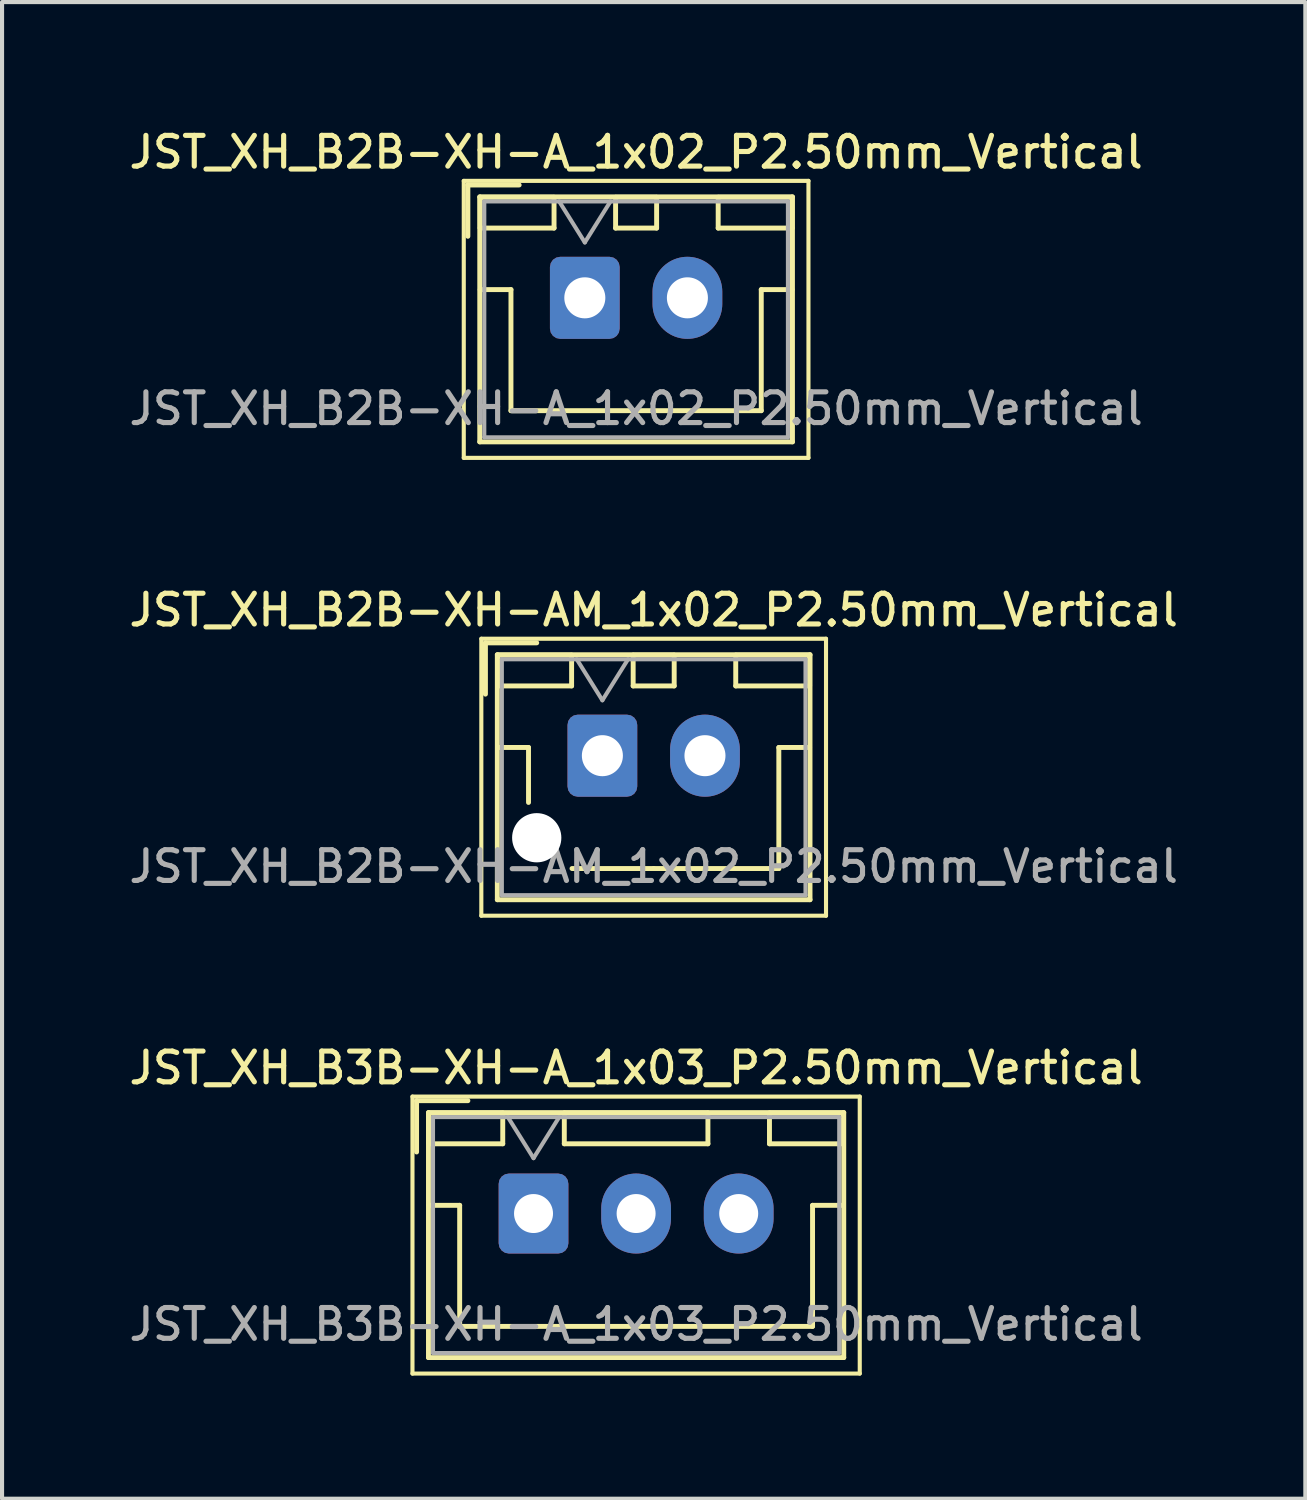
<source format=kicad_pcb>
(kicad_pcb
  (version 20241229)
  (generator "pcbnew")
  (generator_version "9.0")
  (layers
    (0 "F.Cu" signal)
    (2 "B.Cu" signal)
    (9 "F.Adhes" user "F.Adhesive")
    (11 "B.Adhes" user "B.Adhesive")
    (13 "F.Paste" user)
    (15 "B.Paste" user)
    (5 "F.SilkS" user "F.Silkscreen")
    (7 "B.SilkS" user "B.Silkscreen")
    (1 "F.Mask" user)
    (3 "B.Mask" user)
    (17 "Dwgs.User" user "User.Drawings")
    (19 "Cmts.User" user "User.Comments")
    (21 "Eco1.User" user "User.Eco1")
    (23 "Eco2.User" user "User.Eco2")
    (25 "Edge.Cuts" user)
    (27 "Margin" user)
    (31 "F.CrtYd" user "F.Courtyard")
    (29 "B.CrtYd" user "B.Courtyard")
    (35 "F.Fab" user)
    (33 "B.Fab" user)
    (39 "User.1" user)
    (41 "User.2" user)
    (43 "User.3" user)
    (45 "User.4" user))
  (footprint "JST_XH_B2B-XH-AM_1x02_P2.50mm_Vertical"
    (layer "F.Cu")
    (at 11.63 15.366)
    (property "Reference" "JST_XH_B2B-XH-AM_1x02_P2.50mm_Vertical" (at 1.25 -3.55 0) (layer "F.SilkS") (effects (font (size 0.75 0.75) (thickness 0.125))))
    (attr through_hole)
    (fp_line (start -2.95 -2.85) (end -2.95 3.9) (stroke (width 0.1) (type solid)) (layer "F.SilkS"))
    (fp_line (start -2.95 3.9) (end 5.45 3.9) (stroke (width 0.1) (type solid)) (layer "F.SilkS"))
    (fp_line (start -2.85 -2.75) (end -2.85 -1.5) (stroke (width 0.12) (type solid)) (layer "F.SilkS"))
    (fp_line (start -2.56 -2.46) (end -2.56 3.51) (stroke (width 0.12) (type solid)) (layer "F.SilkS"))
    (fp_line (start -2.56 3.51) (end 5.06 3.51) (stroke (width 0.12) (type solid)) (layer "F.SilkS"))
    (fp_line (start -2.55 -2.45) (end -2.55 -1.7) (stroke (width 0.12) (type solid)) (layer "F.SilkS"))
    (fp_line (start -2.55 -1.7) (end -0.75 -1.7) (stroke (width 0.12) (type solid)) (layer "F.SilkS"))
    (fp_line (start -2.55 -0.2) (end -1.8 -0.2) (stroke (width 0.12) (type solid)) (layer "F.SilkS"))
    (fp_line (start -1.8 -0.2) (end -1.8 1.14) (stroke (width 0.12) (type solid)) (layer "F.SilkS"))
    (fp_line (start -1.6 -2.75) (end -2.85 -2.75) (stroke (width 0.12) (type solid)) (layer "F.SilkS"))
    (fp_line (start -0.75 -2.45) (end -2.55 -2.45) (stroke (width 0.12) (type solid)) (layer "F.SilkS"))
    (fp_line (start -0.75 -1.7) (end -0.75 -2.45) (stroke (width 0.12) (type solid)) (layer "F.SilkS"))
    (fp_line (start 0.75 -2.45) (end 0.75 -1.7) (stroke (width 0.12) (type solid)) (layer "F.SilkS"))
    (fp_line (start 0.75 -1.7) (end 1.75 -1.7) (stroke (width 0.12) (type solid)) (layer "F.SilkS"))
    (fp_line (start 1.25 2.75) (end -0.74 2.75) (stroke (width 0.12) (type solid)) (layer "F.SilkS"))
    (fp_line (start 1.75 -2.45) (end 0.75 -2.45) (stroke (width 0.12) (type solid)) (layer "F.SilkS"))
    (fp_line (start 1.75 -1.7) (end 1.75 -2.45) (stroke (width 0.12) (type solid)) (layer "F.SilkS"))
    (fp_line (start 3.25 -2.45) (end 3.25 -1.7) (stroke (width 0.12) (type solid)) (layer "F.SilkS"))
    (fp_line (start 3.25 -1.7) (end 5.05 -1.7) (stroke (width 0.12) (type solid)) (layer "F.SilkS"))
    (fp_line (start 4.3 -0.2) (end 4.3 2.75) (stroke (width 0.12) (type solid)) (layer "F.SilkS"))
    (fp_line (start 4.3 2.75) (end 1.25 2.75) (stroke (width 0.12) (type solid)) (layer "F.SilkS"))
    (fp_line (start 5.05 -2.45) (end 3.25 -2.45) (stroke (width 0.12) (type solid)) (layer "F.SilkS"))
    (fp_line (start 5.05 -1.7) (end 5.05 -2.45) (stroke (width 0.12) (type solid)) (layer "F.SilkS"))
    (fp_line (start 5.05 -0.2) (end 4.3 -0.2) (stroke (width 0.12) (type solid)) (layer "F.SilkS"))
    (fp_line (start 5.06 -2.46) (end -2.56 -2.46) (stroke (width 0.12) (type solid)) (layer "F.SilkS"))
    (fp_line (start 5.06 3.51) (end 5.06 -2.46) (stroke (width 0.12) (type solid)) (layer "F.SilkS"))
    (fp_line (start 5.45 -2.85) (end -2.95 -2.85) (stroke (width 0.1) (type solid)) (layer "F.SilkS"))
    (fp_line (start 5.45 3.9) (end 5.45 -2.85) (stroke (width 0.1) (type solid)) (layer "F.SilkS"))
    (fp_line (start -2.45 -2.35) (end -2.45 3.4) (stroke (width 0.1) (type solid)) (layer "F.Fab"))
    (fp_line (start -2.45 3.4) (end 4.95 3.4) (stroke (width 0.1) (type solid)) (layer "F.Fab"))
    (fp_line (start -0.625 -2.35) (end 0 -1.35) (stroke (width 0.1) (type solid)) (layer "F.Fab"))
    (fp_line (start 0 -1.35) (end 0.625 -2.35) (stroke (width 0.1) (type solid)) (layer "F.Fab"))
    (fp_line (start 4.95 -2.35) (end -2.45 -2.35) (stroke (width 0.1) (type solid)) (layer "F.Fab"))
    (fp_line (start 4.95 3.4) (end 4.95 -2.35) (stroke (width 0.1) (type solid)) (layer "F.Fab"))
    (fp_text user "${REFERENCE}" (at 1.25 2.7 0) (layer "F.Fab") (effects (font (size 0.75 0.75) (thickness 0.125))))
    (pad "" np_thru_hole circle (at -1.6 2) (size 1.2 1.2) (drill 1.2) (layers "*.Cu" "*.Mask"))
    (pad "1" thru_hole roundrect (at 0 0) (size 1.7 2) (drill 1) (layers "*.Cu" "*.Mask") (roundrect_rratio 0.147))
    (pad "2" thru_hole oval (at 2.5 0) (size 1.7 2) (drill 1) (layers "*.Cu" "*.Mask")))
  (footprint "JST_XH_B3B-XH-A_1x03_P2.50mm_Vertical"
    (layer "F.Cu")
    (at 9.952 26.524)
    (property "Reference" "JST_XH_B3B-XH-A_1x03_P2.50mm_Vertical" (at 2.5 -3.55 0) (layer "F.SilkS") (effects (font (size 0.75 0.75) (thickness 0.125))))
    (attr through_hole)
    (fp_line (start -2.95 -2.85) (end -2.95 3.9) (stroke (width 0.1) (type solid)) (layer "F.SilkS"))
    (fp_line (start -2.95 3.9) (end 7.95 3.9) (stroke (width 0.1) (type solid)) (layer "F.SilkS"))
    (fp_line (start -2.85 -2.75) (end -2.85 -1.5) (stroke (width 0.12) (type solid)) (layer "F.SilkS"))
    (fp_line (start -2.56 -2.46) (end -2.56 3.51) (stroke (width 0.12) (type solid)) (layer "F.SilkS"))
    (fp_line (start -2.56 3.51) (end 7.56 3.51) (stroke (width 0.12) (type solid)) (layer "F.SilkS"))
    (fp_line (start -2.55 -2.45) (end -2.55 -1.7) (stroke (width 0.12) (type solid)) (layer "F.SilkS"))
    (fp_line (start -2.55 -1.7) (end -0.75 -1.7) (stroke (width 0.12) (type solid)) (layer "F.SilkS"))
    (fp_line (start -2.55 -0.2) (end -1.8 -0.2) (stroke (width 0.12) (type solid)) (layer "F.SilkS"))
    (fp_line (start -1.8 -0.2) (end -1.8 2.75) (stroke (width 0.12) (type solid)) (layer "F.SilkS"))
    (fp_line (start -1.8 2.75) (end 2.5 2.75) (stroke (width 0.12) (type solid)) (layer "F.SilkS"))
    (fp_line (start -1.6 -2.75) (end -2.85 -2.75) (stroke (width 0.12) (type solid)) (layer "F.SilkS"))
    (fp_line (start -0.75 -2.45) (end -2.55 -2.45) (stroke (width 0.12) (type solid)) (layer "F.SilkS"))
    (fp_line (start -0.75 -1.7) (end -0.75 -2.45) (stroke (width 0.12) (type solid)) (layer "F.SilkS"))
    (fp_line (start 0.75 -2.45) (end 0.75 -1.7) (stroke (width 0.12) (type solid)) (layer "F.SilkS"))
    (fp_line (start 0.75 -1.7) (end 4.25 -1.7) (stroke (width 0.12) (type solid)) (layer "F.SilkS"))
    (fp_line (start 4.25 -2.45) (end 0.75 -2.45) (stroke (width 0.12) (type solid)) (layer "F.SilkS"))
    (fp_line (start 4.25 -1.7) (end 4.25 -2.45) (stroke (width 0.12) (type solid)) (layer "F.SilkS"))
    (fp_line (start 5.75 -2.45) (end 5.75 -1.7) (stroke (width 0.12) (type solid)) (layer "F.SilkS"))
    (fp_line (start 5.75 -1.7) (end 7.55 -1.7) (stroke (width 0.12) (type solid)) (layer "F.SilkS"))
    (fp_line (start 6.8 -0.2) (end 6.8 2.75) (stroke (width 0.12) (type solid)) (layer "F.SilkS"))
    (fp_line (start 6.8 2.75) (end 2.5 2.75) (stroke (width 0.12) (type solid)) (layer "F.SilkS"))
    (fp_line (start 7.55 -2.45) (end 5.75 -2.45) (stroke (width 0.12) (type solid)) (layer "F.SilkS"))
    (fp_line (start 7.55 -1.7) (end 7.55 -2.45) (stroke (width 0.12) (type solid)) (layer "F.SilkS"))
    (fp_line (start 7.55 -0.2) (end 6.8 -0.2) (stroke (width 0.12) (type solid)) (layer "F.SilkS"))
    (fp_line (start 7.56 -2.46) (end -2.56 -2.46) (stroke (width 0.12) (type solid)) (layer "F.SilkS"))
    (fp_line (start 7.56 3.51) (end 7.56 -2.46) (stroke (width 0.12) (type solid)) (layer "F.SilkS"))
    (fp_line (start 7.95 -2.85) (end -2.95 -2.85) (stroke (width 0.1) (type solid)) (layer "F.SilkS"))
    (fp_line (start 7.95 3.9) (end 7.95 -2.85) (stroke (width 0.1) (type solid)) (layer "F.SilkS"))
    (fp_line (start -2.45 -2.35) (end -2.45 3.4) (stroke (width 0.1) (type solid)) (layer "F.Fab"))
    (fp_line (start -2.45 3.4) (end 7.45 3.4) (stroke (width 0.1) (type solid)) (layer "F.Fab"))
    (fp_line (start -0.625 -2.35) (end 0 -1.35) (stroke (width 0.1) (type solid)) (layer "F.Fab"))
    (fp_line (start 0 -1.35) (end 0.625 -2.35) (stroke (width 0.1) (type solid)) (layer "F.Fab"))
    (fp_line (start 7.45 -2.35) (end -2.45 -2.35) (stroke (width 0.1) (type solid)) (layer "F.Fab"))
    (fp_line (start 7.45 3.4) (end 7.45 -2.35) (stroke (width 0.1) (type solid)) (layer "F.Fab"))
    (fp_text user "${REFERENCE}" (at 2.5 2.7 0) (layer "F.Fab") (effects (font (size 0.75 0.75) (thickness 0.125))))
    (pad "1" thru_hole roundrect (at 0 0) (size 1.7 1.95) (drill 0.95) (layers "*.Cu" "*.Mask") (roundrect_rratio 0.147))
    (pad "2" thru_hole oval (at 2.5 0) (size 1.7 1.95) (drill 0.95) (layers "*.Cu" "*.Mask"))
    (pad "3" thru_hole oval (at 5 0) (size 1.7 1.95) (drill 0.95) (layers "*.Cu" "*.Mask")))
  (footprint "JST_XH_B2B-XH-A_1x02_P2.50mm_Vertical"
    (layer "F.Cu")
    (at 11.202 4.208)
    (property "Reference" "JST_XH_B2B-XH-A_1x02_P2.50mm_Vertical" (at 1.25 -3.55 0) (layer "F.SilkS") (effects (font (size 0.75 0.75) (thickness 0.125))))
    (attr through_hole)
    (fp_line (start -2.95 -2.85) (end -2.95 3.9) (stroke (width 0.1) (type solid)) (layer "F.SilkS"))
    (fp_line (start -2.95 3.9) (end 5.45 3.9) (stroke (width 0.1) (type solid)) (layer "F.SilkS"))
    (fp_line (start -2.85 -2.75) (end -2.85 -1.5) (stroke (width 0.12) (type solid)) (layer "F.SilkS"))
    (fp_line (start -2.56 -2.46) (end -2.56 3.51) (stroke (width 0.12) (type solid)) (layer "F.SilkS"))
    (fp_line (start -2.56 3.51) (end 5.06 3.51) (stroke (width 0.12) (type solid)) (layer "F.SilkS"))
    (fp_line (start -2.55 -2.45) (end -2.55 -1.7) (stroke (width 0.12) (type solid)) (layer "F.SilkS"))
    (fp_line (start -2.55 -1.7) (end -0.75 -1.7) (stroke (width 0.12) (type solid)) (layer "F.SilkS"))
    (fp_line (start -2.55 -0.2) (end -1.8 -0.2) (stroke (width 0.12) (type solid)) (layer "F.SilkS"))
    (fp_line (start -1.8 -0.2) (end -1.8 2.75) (stroke (width 0.12) (type solid)) (layer "F.SilkS"))
    (fp_line (start -1.8 2.75) (end 1.25 2.75) (stroke (width 0.12) (type solid)) (layer "F.SilkS"))
    (fp_line (start -1.6 -2.75) (end -2.85 -2.75) (stroke (width 0.12) (type solid)) (layer "F.SilkS"))
    (fp_line (start -0.75 -2.45) (end -2.55 -2.45) (stroke (width 0.12) (type solid)) (layer "F.SilkS"))
    (fp_line (start -0.75 -1.7) (end -0.75 -2.45) (stroke (width 0.12) (type solid)) (layer "F.SilkS"))
    (fp_line (start 0.75 -2.45) (end 0.75 -1.7) (stroke (width 0.12) (type solid)) (layer "F.SilkS"))
    (fp_line (start 0.75 -1.7) (end 1.75 -1.7) (stroke (width 0.12) (type solid)) (layer "F.SilkS"))
    (fp_line (start 1.75 -2.45) (end 0.75 -2.45) (stroke (width 0.12) (type solid)) (layer "F.SilkS"))
    (fp_line (start 1.75 -1.7) (end 1.75 -2.45) (stroke (width 0.12) (type solid)) (layer "F.SilkS"))
    (fp_line (start 3.25 -2.45) (end 3.25 -1.7) (stroke (width 0.12) (type solid)) (layer "F.SilkS"))
    (fp_line (start 3.25 -1.7) (end 5.05 -1.7) (stroke (width 0.12) (type solid)) (layer "F.SilkS"))
    (fp_line (start 4.3 -0.2) (end 4.3 2.75) (stroke (width 0.12) (type solid)) (layer "F.SilkS"))
    (fp_line (start 4.3 2.75) (end 1.25 2.75) (stroke (width 0.12) (type solid)) (layer "F.SilkS"))
    (fp_line (start 5.05 -2.45) (end 3.25 -2.45) (stroke (width 0.12) (type solid)) (layer "F.SilkS"))
    (fp_line (start 5.05 -1.7) (end 5.05 -2.45) (stroke (width 0.12) (type solid)) (layer "F.SilkS"))
    (fp_line (start 5.05 -0.2) (end 4.3 -0.2) (stroke (width 0.12) (type solid)) (layer "F.SilkS"))
    (fp_line (start 5.06 -2.46) (end -2.56 -2.46) (stroke (width 0.12) (type solid)) (layer "F.SilkS"))
    (fp_line (start 5.06 3.51) (end 5.06 -2.46) (stroke (width 0.12) (type solid)) (layer "F.SilkS"))
    (fp_line (start 5.45 -2.85) (end -2.95 -2.85) (stroke (width 0.1) (type solid)) (layer "F.SilkS"))
    (fp_line (start 5.45 3.9) (end 5.45 -2.85) (stroke (width 0.1) (type solid)) (layer "F.SilkS"))
    (fp_line (start -2.45 -2.35) (end -2.45 3.4) (stroke (width 0.1) (type solid)) (layer "F.Fab"))
    (fp_line (start -2.45 3.4) (end 4.95 3.4) (stroke (width 0.1) (type solid)) (layer "F.Fab"))
    (fp_line (start -0.625 -2.35) (end 0 -1.35) (stroke (width 0.1) (type solid)) (layer "F.Fab"))
    (fp_line (start 0 -1.35) (end 0.625 -2.35) (stroke (width 0.1) (type solid)) (layer "F.Fab"))
    (fp_line (start 4.95 -2.35) (end -2.45 -2.35) (stroke (width 0.1) (type solid)) (layer "F.Fab"))
    (fp_line (start 4.95 3.4) (end 4.95 -2.35) (stroke (width 0.1) (type solid)) (layer "F.Fab"))
    (fp_text user "${REFERENCE}" (at 1.25 2.7 0) (layer "F.Fab") (effects (font (size 0.75 0.75) (thickness 0.125))))
    (pad "1" thru_hole roundrect (at 0 0) (size 1.7 2) (drill 1) (layers "*.Cu" "*.Mask") (roundrect_rratio 0.147))
    (pad "2" thru_hole oval (at 2.5 0) (size 1.7 2) (drill 1) (layers "*.Cu" "*.Mask")))
  (gr_rect
    (start -3 -3)
    (end 28.761 33.474)
    (stroke (width 0.1) (type default))
    (fill no)
    (layer "Edge.Cuts")))
</source>
